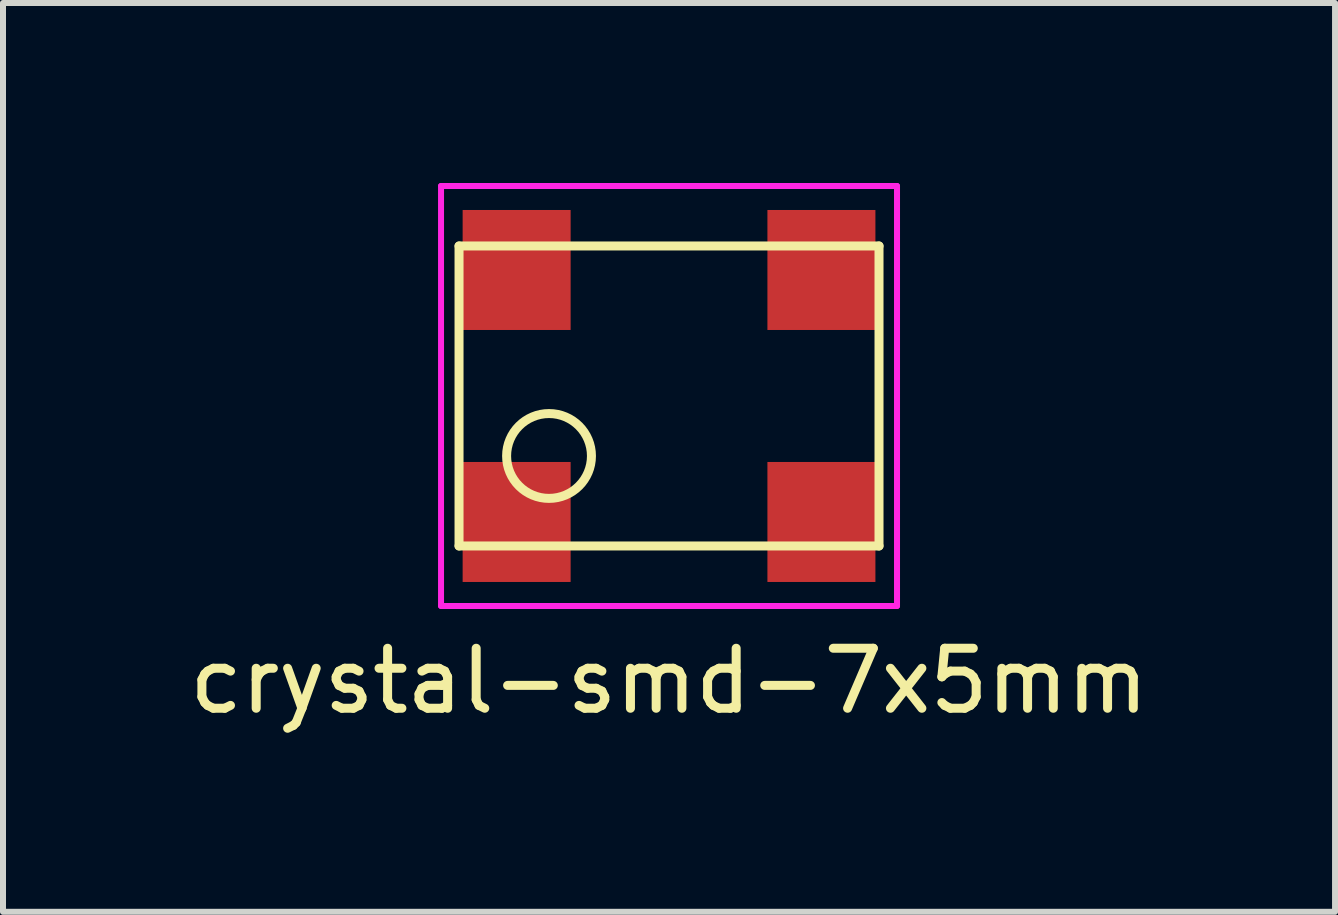
<source format=kicad_pcb>
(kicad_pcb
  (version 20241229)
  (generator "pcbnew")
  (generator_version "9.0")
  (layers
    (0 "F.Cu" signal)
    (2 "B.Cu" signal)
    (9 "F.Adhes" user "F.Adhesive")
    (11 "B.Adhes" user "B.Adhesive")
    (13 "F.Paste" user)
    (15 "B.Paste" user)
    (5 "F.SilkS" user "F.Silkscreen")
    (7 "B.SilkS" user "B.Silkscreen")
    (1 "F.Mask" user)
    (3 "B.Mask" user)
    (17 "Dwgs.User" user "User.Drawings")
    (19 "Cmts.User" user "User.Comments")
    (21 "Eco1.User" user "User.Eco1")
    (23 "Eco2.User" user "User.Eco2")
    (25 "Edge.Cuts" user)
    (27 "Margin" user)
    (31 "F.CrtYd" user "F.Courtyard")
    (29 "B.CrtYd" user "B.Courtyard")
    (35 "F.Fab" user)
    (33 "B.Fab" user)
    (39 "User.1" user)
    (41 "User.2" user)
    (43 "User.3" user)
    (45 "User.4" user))
  (footprint "crystal-smd-7x5mm"
    (layer "F.Cu")
    (at 8.101 3.55)
    (property "Reference" "crystal-smd-7x5mm" (at 0 4.75 0) (layer "F.SilkS") (effects (font (size 1 1) (thickness 0.15))))
    (attr through_hole)
    (fp_line (start -3.5 -2.5) (end -3.5 2.5) (stroke (width 0.15) (type solid)) (layer "F.SilkS"))
    (fp_line (start -3.5 -2.5) (end 3.5 -2.5) (stroke (width 0.15) (type solid)) (layer "F.SilkS"))
    (fp_line (start -3.5 2.5) (end 3.5 2.5) (stroke (width 0.15) (type solid)) (layer "F.SilkS"))
    (fp_line (start 3.5 -2.5) (end 3.5 2.5) (stroke (width 0.15) (type solid)) (layer "F.SilkS"))
    (fp_circle (center -2 1) (end -1.5 1.5) (stroke (width 0.15) (type solid)) (fill no) (layer "F.SilkS"))
    (fp_line (start -3.8 -3.5) (end 3.8 -3.5) (stroke (width 0.1) (type solid)) (layer "F.CrtYd"))
    (fp_line (start -3.8 3.5) (end -3.8 -3.5) (stroke (width 0.1) (type solid)) (layer "F.CrtYd"))
    (fp_line (start 3.8 -3.5) (end 3.8 3.5) (stroke (width 0.1) (type solid)) (layer "F.CrtYd"))
    (fp_line (start 3.8 3.5) (end -3.8 3.5) (stroke (width 0.1) (type solid)) (layer "F.CrtYd"))
    (pad "1" smd rect (at 2.54 2.1) (size 1.8 2) (layers "F.Cu" "F.Mask" "F.Paste"))
    (pad "2" smd rect (at -2.54 2.1) (size 1.8 2) (layers "F.Cu" "F.Mask" "F.Paste"))
    (pad "3" smd rect (at -2.54 -2.1) (size 1.8 2) (layers "F.Cu" "F.Mask" "F.Paste"))
    (pad "4" smd rect (at 2.54 -2.1) (size 1.8 2) (layers "F.Cu" "F.Mask" "F.Paste")))
  (gr_rect
    (start -3 -3)
    (end 19.202 12.148)
    (stroke (width 0.1) (type default))
    (fill no)
    (layer "Edge.Cuts")))
</source>
